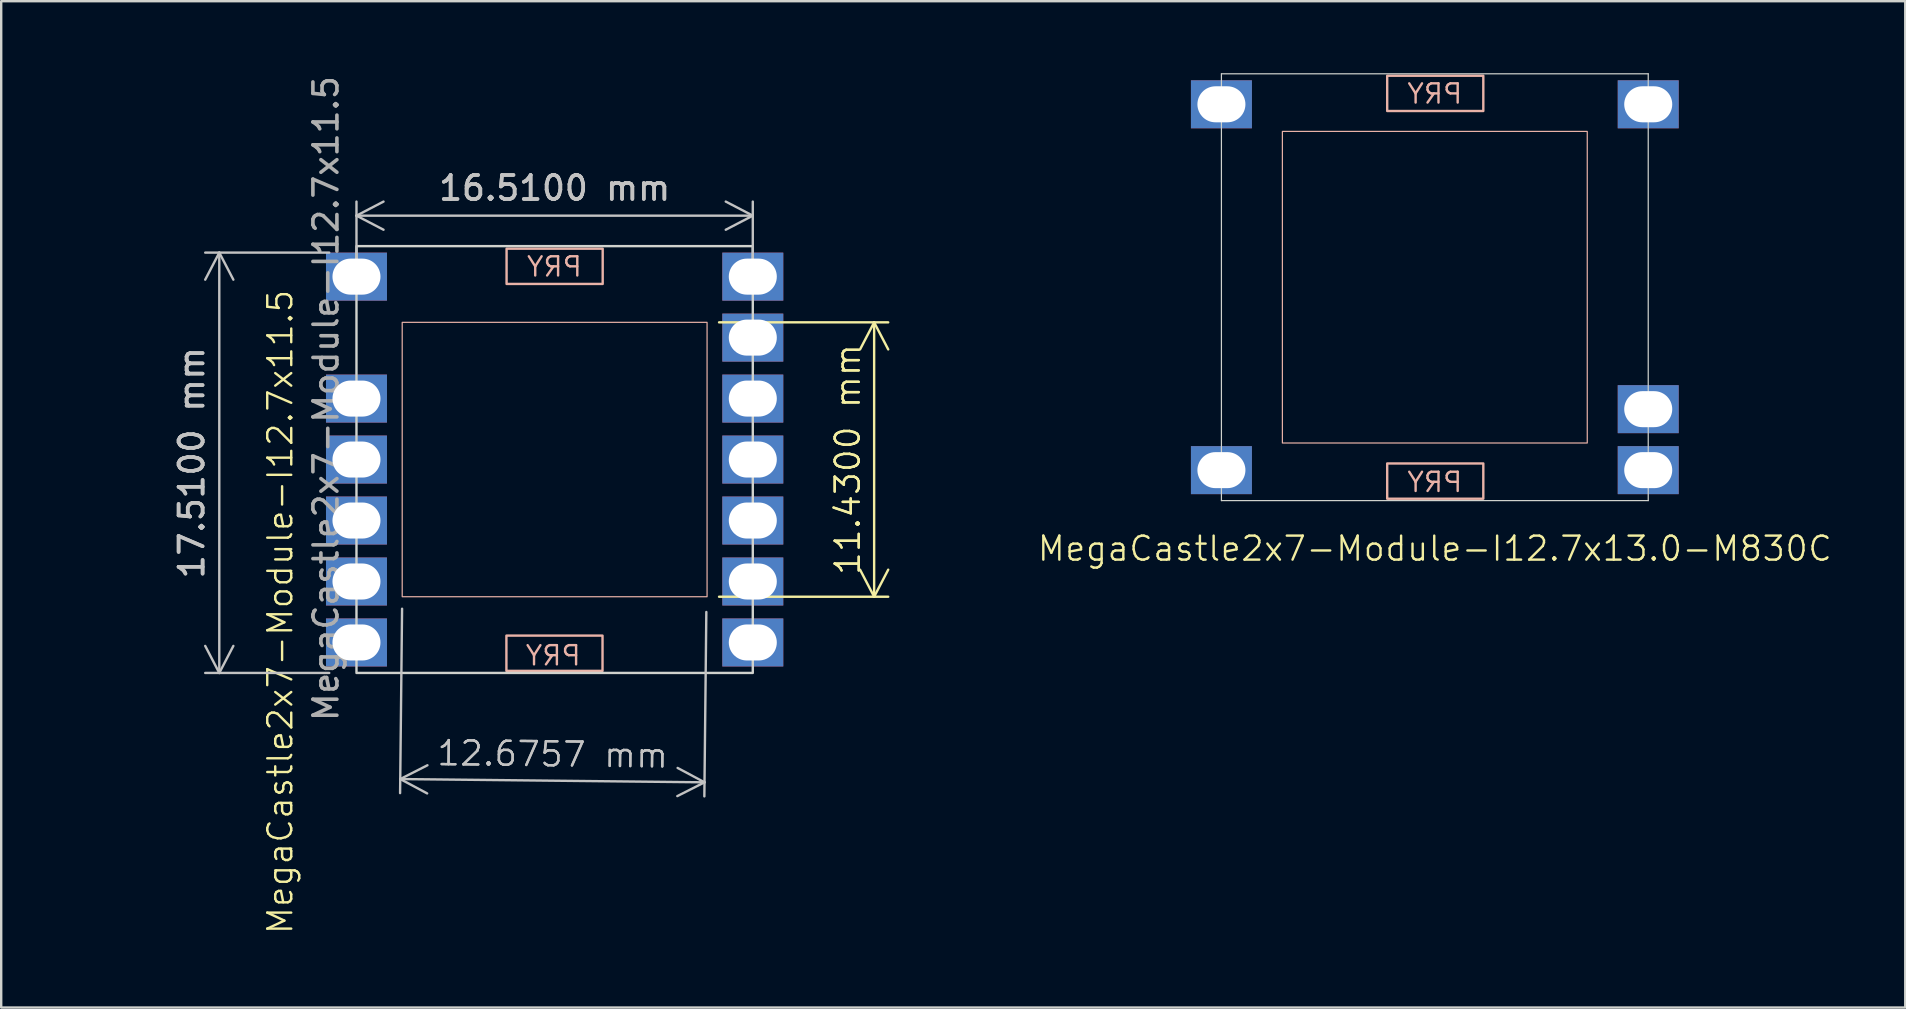
<source format=kicad_pcb>
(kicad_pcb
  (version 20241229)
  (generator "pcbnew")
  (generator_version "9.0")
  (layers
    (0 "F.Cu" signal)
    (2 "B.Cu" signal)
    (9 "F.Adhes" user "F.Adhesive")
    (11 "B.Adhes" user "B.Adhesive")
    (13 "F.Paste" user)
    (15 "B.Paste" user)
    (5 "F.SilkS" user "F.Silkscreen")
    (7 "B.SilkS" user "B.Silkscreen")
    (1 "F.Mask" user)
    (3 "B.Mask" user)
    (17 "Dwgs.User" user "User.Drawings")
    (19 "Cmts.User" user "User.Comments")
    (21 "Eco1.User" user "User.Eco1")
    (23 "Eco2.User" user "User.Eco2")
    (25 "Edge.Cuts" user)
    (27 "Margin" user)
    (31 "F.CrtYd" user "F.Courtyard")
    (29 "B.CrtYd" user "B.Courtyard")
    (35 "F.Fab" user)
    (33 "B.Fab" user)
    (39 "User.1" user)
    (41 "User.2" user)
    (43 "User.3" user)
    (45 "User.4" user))
  (footprint "MegaCastle2x7-Module-I12.7x13.0-M830C"
    (layer "F.Cu")
    (at 56.722 8.915)
    (property "Reference" "MegaCastle2x7-Module-I12.7x13.0-M830C" (at 0 10.89 0) (unlocked yes) (layer "F.SilkS") (effects (font (size 1 1) (thickness 0.1))))
    (attr smd)
    (fp_rect (start -6.35 6.49) (end 6.35 -6.49) (stroke (width 0.05) (type default)) (fill no) (layer "B.SilkS"))
    (fp_rect (start -1.984 -7.341) (end 2.02 -8.81) (stroke (width 0.1) (type default)) (fill no) (layer "B.SilkS"))
    (fp_rect (start -1.984 7.341) (end 2.02 8.81) (stroke (width 0.1) (type default)) (fill no) (layer "B.SilkS"))
    (fp_line (start -8.89 -8.89) (end -8.89 8.89) (stroke (width 0.05) (type default)) (layer "Edge.Cuts"))
    (fp_line (start -8.89 -8.89) (end 8.89 -8.89) (stroke (width 0.05) (type default)) (layer "Edge.Cuts"))
    (fp_line (start -8.89 8.89) (end 8.89 8.89) (stroke (width 0.05) (type default)) (layer "Edge.Cuts"))
    (fp_line (start 8.89 -8.89) (end 8.89 8.89) (stroke (width 0.05) (type default)) (layer "Edge.Cuts"))
    (fp_text user "PRY" (at 0 -7.59 0) (unlocked yes) (layer "B.SilkS") (effects (font (size 0.8 0.8) (thickness 0.1)) (justify bottom mirror)))
    (fp_text user "PRY" (at 0 8.59 0) (unlocked yes) (layer "B.SilkS") (effects (font (size 0.8 0.8) (thickness 0.1)) (justify bottom mirror)))
    (pad "1" thru_hole rect (at -8.89 -7.62) (size 2.54 2) (drill oval 2 1.5) (property pad_prop_castellated) (layers "*.Cu" "*.Mask"))
    (pad "7" thru_hole rect (at -8.89 7.62) (size 2.54 2) (drill oval 2 1.5) (property pad_prop_castellated) (layers "*.Cu" "*.Mask"))
    (pad "8" thru_hole rect (at 8.89 -7.62) (size 2.54 2) (drill oval 2 1.5) (property pad_prop_castellated) (layers "*.Cu" "*.Mask"))
    (pad "13" thru_hole rect (at 8.89 5.08) (size 2.54 2) (drill oval 2 1.5) (property pad_prop_castellated) (layers "*.Cu" "*.Mask"))
    (pad "14" thru_hole rect (at 8.89 7.62) (size 2.54 2) (drill oval 2 1.5) (property pad_prop_castellated) (layers "*.Cu" "*.Mask"))
    (zone (net_name "") (layer "B.Cu") (hatch edge 0.5) (connect_pads) (min_thickness 0.25) (filled_areas_thickness no) (keepout (tracks allowed) (vias allowed) (pads allowed) (copperpour allowed) (footprints not_allowed)) (placement (enabled no)) (fill) (polygon (pts (xy 47.832 17.805) (xy 47.832 0.025) (xy 50.372 0.025) (xy 50.372 17.805))))
    (zone (net_name "") (layer "B.Cu") (hatch edge 0.5) (connect_pads) (min_thickness 0.25) (filled_areas_thickness no) (keepout (tracks allowed) (vias allowed) (pads allowed) (copperpour allowed) (footprints not_allowed)) (placement (enabled no)) (fill) (polygon (pts (xy 50.372 0.025) (xy 50.372 2.425) (xy 63.072 2.425) (xy 63.072 0.025))))
    (zone (net_name "") (layer "B.Cu") (hatch edge 0.5) (connect_pads) (min_thickness 0.25) (filled_areas_thickness no) (keepout (tracks allowed) (vias allowed) (pads allowed) (copperpour allowed) (footprints not_allowed)) (placement (enabled no)) (fill) (polygon (pts (xy 50.372 17.805) (xy 50.372 15.405) (xy 63.072 15.405) (xy 63.072 17.805))))
    (zone (net_name "") (layer "B.Cu") (name "Upper Pry Zone") (hatch edge 0.5) (connect_pads) (min_thickness 0.25) (filled_areas_thickness no) (keepout (tracks not_allowed) (vias not_allowed) (pads not_allowed) (copperpour allowed) (footprints not_allowed)) (placement (enabled no)) (fill) (polygon (pts (xy 54.737 1.574) (xy 54.737 0.105) (xy 58.741 0.105) (xy 58.741 1.574))))
    (zone (net_name "") (layer "B.Cu") (name "Upper Pry Zone") (hatch edge 0.5) (connect_pads) (min_thickness 0.25) (filled_areas_thickness no) (keepout (tracks not_allowed) (vias not_allowed) (pads not_allowed) (copperpour allowed) (footprints not_allowed)) (placement (enabled no)) (fill) (polygon (pts (xy 54.737 16.256) (xy 54.737 17.725) (xy 58.741 17.725) (xy 58.741 16.256))))
    (zone (net_name "") (layer "B.Cu") (hatch edge 0.5) (connect_pads) (min_thickness 0.25) (filled_areas_thickness no) (keepout (tracks allowed) (vias allowed) (pads allowed) (copperpour allowed) (footprints not_allowed)) (placement (enabled no)) (fill) (polygon (pts (xy 65.612 17.805) (xy 65.612 0.025) (xy 63.072 0.025) (xy 63.072 17.805)))))
  (footprint "MegaCastle2x7-Module-I12.7x11.5"
    (layer "F.Cu")
    (at 20.055 19.904)
    (property "Reference" "MegaCastle2x7-Module-I12.7x11.5" (at -11.43 2.54 90) (unlocked yes) (layer "F.SilkS") (effects (font (size 1 1) (thickness 0.1))))
    (attr smd)
    (fp_rect (start -6.35 1.905) (end 6.35 -9.525) (stroke (width 0.05) (type default)) (fill no) (layer "B.SilkS"))
    (fp_rect (start -2.009 3.525) (end 1.995 4.994) (stroke (width 0.1) (type default)) (fill no) (layer "B.SilkS"))
    (fp_rect (start -2.002 -12.594) (end 2.002 -11.125) (stroke (width 0.1) (type default)) (fill no) (layer "B.SilkS"))
    (fp_rect (start -8.255 -12.7) (end 8.255 5.08) (stroke (width 0.1) (type default)) (fill no) (layer "Edge.Cuts"))
    (fp_text user "PRY" (at 1.2 -11.375 0) (unlocked yes) (layer "B.SilkS") (effects (font (size 0.8 0.8) (thickness 0.1)) (justify left bottom mirror)))
    (fp_text user "PRY" (at 1.15 4.825 0) (unlocked yes) (layer "B.SilkS") (effects (font (size 0.8 0.8) (thickness 0.1)) (justify left bottom mirror)))
    (fp_text user "${REFERENCE}" (at -9.525 -6.35 90) (unlocked yes) (layer "F.Fab") (effects (font (size 1 1) (thickness 0.15))))
    (dimension (type aligned) (layer "F.SilkS") (pts (xy 26.405 21.809) (xy 26.405 10.379)) (height 6.96) (format (prefix "") (suffix "") (units 3) (units_format 1) (precision 4)) (style (thickness 0.1) (arrow_length 1.27) (text_position_mode 0) (arrow_direction outward) (extension_height 0.586) (extension_offset 0.5) (keep_text_aligned yes)) (gr_text "11.4300 mm" (at 32.265 16.094 90) (layer "F.SilkS") (effects (font (size 1 1) (thickness 0.1)))))
    (dimension (type aligned) (layer "Dwgs.User") (pts (xy 11.8 8.474) (xy 28.31 8.474)) (height -2.54) (format (prefix "") (suffix "") (units 3) (units_format 1) (precision 4)) (style (thickness 0.1) (arrow_length 1.27) (text_position_mode 0) (arrow_direction outward) (extension_height 0.586) (extension_offset 0.5) (keep_text_aligned yes)) (gr_text "16.5100 mm" (at 20.055 4.784 0) (layer "Dwgs.User") (effects (font (size 1 1) (thickness 0.15)))))
    (dimension (type aligned) (layer "Dwgs.User") (pts (xy 11.165 7.474) (xy 11.165 24.984)) (height 5.08) (format (prefix "") (suffix "") (units 3) (units_format 1) (precision 4)) (style (thickness 0.1) (arrow_length 1.27) (text_position_mode 0) (arrow_direction outward) (extension_height 0.586) (extension_offset 0.5) (keep_text_aligned yes)) (gr_text "17.5100 mm" (at 4.935 16.229 90) (layer "Dwgs.User") (effects (font (size 1 1) (thickness 0.15)))))
    (dimension (type aligned) (layer "Dwgs.User") (pts (xy 13.705 21.809) (xy 26.38 21.945)) (height 7.595) (format (prefix "") (suffix "") (units 3) (units_format 1) (precision 4)) (style (thickness 0.1) (arrow_length 1.27) (text_position_mode 0) (arrow_direction outward) (extension_height 0.586) (extension_offset 0.5) (keep_text_aligned yes)) (gr_text "12.6757 mm" (at 19.972 28.372 359.382) (layer "Dwgs.User") (effects (font (size 1 1) (thickness 0.1)))))
    (pad "1" thru_hole rect (at -8.255 -11.43) (size 2.54 2) (drill oval 2 1.5) (property pad_prop_castellated) (layers "*.Cu" "*.Mask"))
    (pad "3" thru_hole rect (at -8.255 -6.35) (size 2.54 2) (drill oval 2 1.5) (property pad_prop_castellated) (layers "*.Cu" "*.Mask"))
    (pad "4" thru_hole rect (at -8.255 -3.81) (size 2.54 2) (drill oval 2 1.5) (property pad_prop_castellated) (layers "*.Cu" "*.Mask"))
    (pad "5" thru_hole rect (at -8.255 -1.27) (size 2.54 2) (drill oval 2 1.5) (property pad_prop_castellated) (layers "*.Cu" "*.Mask"))
    (pad "6" thru_hole rect (at -8.255 1.27) (size 2.54 2) (drill oval 2 1.5) (property pad_prop_castellated) (layers "*.Cu" "*.Mask"))
    (pad "7" thru_hole rect (at -8.255 3.81) (size 2.54 2) (drill oval 2 1.5) (property pad_prop_castellated) (layers "*.Cu" "*.Mask"))
    (pad "8" thru_hole rect (at 8.255 -11.43) (size 2.54 2) (drill oval 2 1.5) (property pad_prop_castellated) (layers "*.Cu" "*.Mask"))
    (pad "9" thru_hole rect (at 8.255 -8.89) (size 2.54 2) (drill oval 2 1.5) (property pad_prop_castellated) (layers "*.Cu" "*.Mask"))
    (pad "10" thru_hole rect (at 8.255 -6.35) (size 2.54 2) (drill oval 2 1.5) (property pad_prop_castellated) (layers "*.Cu" "*.Mask"))
    (pad "11" thru_hole rect (at 8.255 -3.81) (size 2.54 2) (drill oval 2 1.5) (property pad_prop_castellated) (layers "*.Cu" "*.Mask"))
    (pad "12" thru_hole rect (at 8.255 -1.27) (size 2.54 2) (drill oval 2 1.5) (property pad_prop_castellated) (layers "*.Cu" "*.Mask"))
    (pad "13" thru_hole rect (at 8.255 1.27) (size 2.54 2) (drill oval 2 1.5) (property pad_prop_castellated) (layers "*.Cu" "*.Mask"))
    (pad "14" thru_hole rect (at 8.255 3.81) (size 2.54 2) (drill oval 2 1.5) (property pad_prop_castellated) (layers "*.Cu" "*.Mask"))
    (zone (net_name "") (layer "B.Cu") (hatch edge 0.5) (connect_pads) (min_thickness 0.25) (filled_areas_thickness no) (keepout (tracks allowed) (vias allowed) (pads allowed) (copperpour allowed) (footprints not_allowed)) (placement (enabled no)) (fill) (polygon (pts (xy 9.895 24.984) (xy 9.895 7.204) (xy 13.705 7.204) (xy 13.68 24.984))))
    (zone (net_name "") (layer "B.Cu") (name "Lower Pry Zone") (hatch edge 0.5) (connect_pads) (min_thickness 0.25) (filled_areas_thickness no) (keepout (tracks not_allowed) (vias not_allowed) (pads not_allowed) (copperpour allowed) (footprints not_allowed)) (placement (enabled no)) (fill) (polygon (pts (xy 18.039 24.921) (xy 18.035 23.458) (xy 22.041 23.464) (xy 22.029 24.924))))
    (zone (net_name "") (layer "B.Cu") (name "Upper Pry Zone") (hatch edge 0.5) (connect_pads) (min_thickness 0.25) (filled_areas_thickness no) (keepout (tracks not_allowed) (vias not_allowed) (pads not_allowed) (copperpour allowed) (footprints not_allowed)) (placement (enabled no)) (fill) (polygon (pts (xy 18.056 8.662) (xy 18.053 7.198) (xy 22.059 7.204) (xy 22.047 8.665))))
    (zone (net_name "") (layer "B.Cu") (hatch edge 0.5) (connect_pads) (min_thickness 0.25) (filled_areas_thickness no) (keepout (tracks allowed) (vias allowed) (pads allowed) (copperpour allowed) (footprints not_allowed)) (placement (enabled no)) (fill) (polygon (pts (xy 30.215 24.984) (xy 30.215 7.204) (xy 26.405 7.204) (xy 26.38 24.984))))
    (zone (net_name "") (layer "B.Cu") (hatch edge 0.5) (connect_pads) (min_thickness 0.25) (filled_areas_thickness no) (keepout (tracks allowed) (vias allowed) (pads allowed) (copperpour allowed) (footprints not_allowed)) (placement (enabled no)) (fill) (polygon (pts (xy 13.68 24.984) (xy 13.68 21.966) (xy 26.38 21.945) (xy 26.38 24.984) (xy 22.038 24.915) (xy 22.025 23.455) (xy 18.035 23.458) (xy 18.032 24.921))))
    (zone (net_name "") (layer "B.Cu") (hatch edge 0.5) (connect_pads) (min_thickness 0.25) (filled_areas_thickness no) (keepout (tracks allowed) (vias allowed) (pads allowed) (copperpour allowed) (footprints not_allowed)) (placement (enabled no)) (fill) (polygon (pts (xy 13.705 7.204) (xy 13.705 10.154) (xy 26.405 10.174) (xy 26.405 7.204) (xy 22.059 7.204) (xy 22.047 8.665) (xy 18.056 8.662) (xy 18.053 7.198)))))
  (gr_rect
    (start -3 -3)
    (end 76.319 38.922)
    (stroke (width 0.1) (type default))
    (fill no)
    (layer "Edge.Cuts")))
</source>
